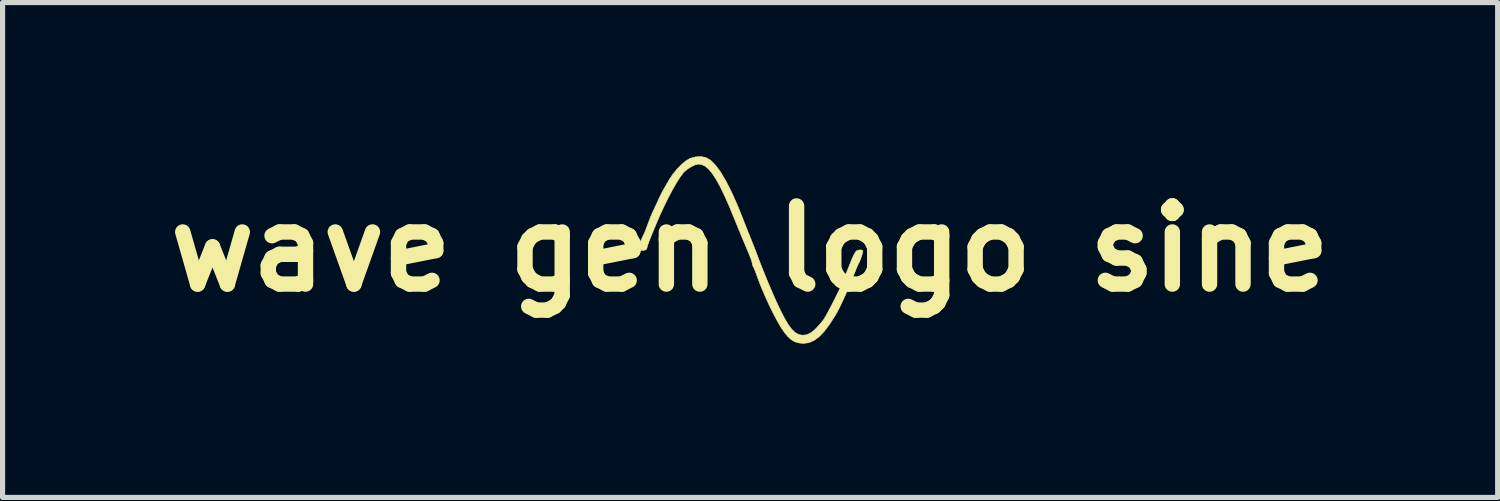
<source format=kicad_pcb>
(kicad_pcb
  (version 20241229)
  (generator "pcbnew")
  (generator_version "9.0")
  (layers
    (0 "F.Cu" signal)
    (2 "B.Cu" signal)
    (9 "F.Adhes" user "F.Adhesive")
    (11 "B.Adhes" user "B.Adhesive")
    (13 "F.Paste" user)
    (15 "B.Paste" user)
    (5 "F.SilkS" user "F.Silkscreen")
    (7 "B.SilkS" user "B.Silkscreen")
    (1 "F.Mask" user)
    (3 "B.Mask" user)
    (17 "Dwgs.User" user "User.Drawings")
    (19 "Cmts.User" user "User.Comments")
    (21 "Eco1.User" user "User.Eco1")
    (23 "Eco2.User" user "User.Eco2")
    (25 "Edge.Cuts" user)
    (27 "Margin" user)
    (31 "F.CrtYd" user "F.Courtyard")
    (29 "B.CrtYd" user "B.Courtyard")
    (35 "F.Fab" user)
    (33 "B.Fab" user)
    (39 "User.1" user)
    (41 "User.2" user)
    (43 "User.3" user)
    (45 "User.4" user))
  (footprint "wave gen logo sine"
    (layer "F.Cu")
    (at 11.582 1.802)
    (property "Reference" "wave gen logo sine" (at 0 0 0) (layer "F.SilkS") (effects (font (size 1.524 1.524) (thickness 0.3))))
    (attr through_hole)
    (fp_poly (pts (xy -0.861 -1.779) (xy -0.769 -1.725) (xy -0.673 -1.628) (xy -0.571 -1.489) (xy -0.465 -1.31) (xy -0.354 -1.089) (xy -0.238 -0.827) (xy -0.169 -0.656) (xy -0.121 -0.534) (xy -0.071 -0.408) (xy -0.025 -0.291) (xy 0.013 -0.198) (xy 0.016 -0.191) (xy 0.054 -0.094) (xy 0.101 0.025) (xy 0.149 0.15) (xy 0.18 0.233) (xy 0.223 0.343) (xy 0.277 0.478) (xy 0.335 0.621) (xy 0.393 0.758) (xy 0.408 0.794) (xy 0.506 1.018) (xy 0.594 1.205) (xy 0.672 1.357) (xy 0.743 1.477) (xy 0.81 1.567) (xy 0.873 1.63) (xy 0.937 1.668) (xy 1.001 1.686) (xy 1.07 1.684) (xy 1.115 1.674) (xy 1.191 1.637) (xy 1.278 1.564) (xy 1.378 1.453) (xy 1.432 1.386) (xy 1.457 1.347) (xy 1.494 1.282) (xy 1.54 1.196) (xy 1.591 1.1) (xy 1.642 0.999) (xy 1.691 0.902) (xy 1.732 0.817) (xy 1.762 0.751) (xy 1.777 0.712) (xy 1.778 0.707) (xy 1.786 0.683) (xy 1.807 0.633) (xy 1.828 0.586) (xy 1.858 0.517) (xy 1.897 0.424) (xy 1.938 0.322) (xy 1.959 0.269) (xy 1.995 0.181) (xy 2.031 0.107) (xy 2.061 0.057) (xy 2.076 0.041) (xy 2.127 0.024) (xy 2.173 0.024) (xy 2.199 0.04) (xy 2.201 0.048) (xy 2.193 0.086) (xy 2.175 0.147) (xy 2.152 0.212) (xy 2.13 0.265) (xy 2.118 0.286) (xy 2.104 0.313) (xy 2.079 0.371) (xy 2.048 0.45) (xy 2.022 0.515) (xy 1.974 0.636) (xy 1.918 0.77) (xy 1.857 0.907) (xy 1.797 1.039) (xy 1.741 1.155) (xy 1.694 1.246) (xy 1.674 1.281) (xy 1.558 1.463) (xy 1.45 1.608) (xy 1.347 1.716) (xy 1.247 1.79) (xy 1.146 1.833) (xy 1.042 1.847) (xy 0.959 1.839) (xy 0.876 1.816) (xy 0.805 1.776) (xy 0.735 1.712) (xy 0.669 1.632) (xy 0.605 1.537) (xy 0.531 1.411) (xy 0.451 1.259) (xy 0.369 1.092) (xy 0.289 0.916) (xy 0.214 0.739) (xy 0.148 0.569) (xy 0.123 0.497) (xy 0.097 0.428) (xy 0.074 0.374) (xy 0.061 0.35) (xy 0.045 0.314) (xy 0.042 0.288) (xy 0.034 0.252) (xy 0.012 0.188) (xy -0.02 0.105) (xy -0.05 0.033) (xy -0.089 -0.058) (xy -0.139 -0.177) (xy -0.195 -0.313) (xy -0.253 -0.454) (xy -0.296 -0.56) (xy -0.401 -0.815) (xy -0.497 -1.031) (xy -0.584 -1.212) (xy -0.665 -1.357) (xy -0.74 -1.471) (xy -0.811 -1.555) (xy -0.879 -1.612) (xy -0.946 -1.643) (xy -1.004 -1.651) (xy -1.069 -1.637) (xy -1.148 -1.6) (xy -1.228 -1.548) (xy -1.295 -1.489) (xy -1.303 -1.479) (xy -1.365 -1.397) (xy -1.439 -1.281) (xy -1.52 -1.139) (xy -1.605 -0.976) (xy -1.691 -0.8) (xy -1.775 -0.616) (xy -1.826 -0.497) (xy -1.887 -0.35) (xy -1.933 -0.238) (xy -1.967 -0.154) (xy -1.989 -0.094) (xy -2.003 -0.054) (xy -2.009 -0.028) (xy -2.011 -0.014) (xy -2.029 0.02) (xy -2.079 0.034) (xy -2.138 0.029) (xy -2.182 0.018) (xy -2.201 0.011) (xy -2.201 0.011) (xy -2.193 -0.013) (xy -2.173 -0.063) (xy -2.146 -0.125) (xy -2.117 -0.189) (xy -2.093 -0.24) (xy -2.085 -0.256) (xy -2.063 -0.303) (xy -2.034 -0.375) (xy -2.003 -0.458) (xy -1.999 -0.468) (xy -1.962 -0.566) (xy -1.92 -0.67) (xy -1.883 -0.751) (xy -1.843 -0.836) (xy -1.803 -0.922) (xy -1.78 -0.974) (xy -1.742 -1.053) (xy -1.7 -1.134) (xy -1.689 -1.154) (xy -1.65 -1.22) (xy -1.603 -1.302) (xy -1.573 -1.355) (xy -1.506 -1.454) (xy -1.425 -1.554) (xy -1.336 -1.644) (xy -1.25 -1.716) (xy -1.175 -1.761) (xy -1.169 -1.764) (xy -1.06 -1.792) (xy -0.95 -1.797) (xy -0.861 -1.779)) (stroke (width 0.01) (type solid)) (fill yes) (layer "F.SilkS")))
  (gr_rect
    (start -3 -3)
    (end 26.165 6.654)
    (stroke (width 0.1) (type default))
    (fill no)
    (layer "Edge.Cuts")))
</source>
